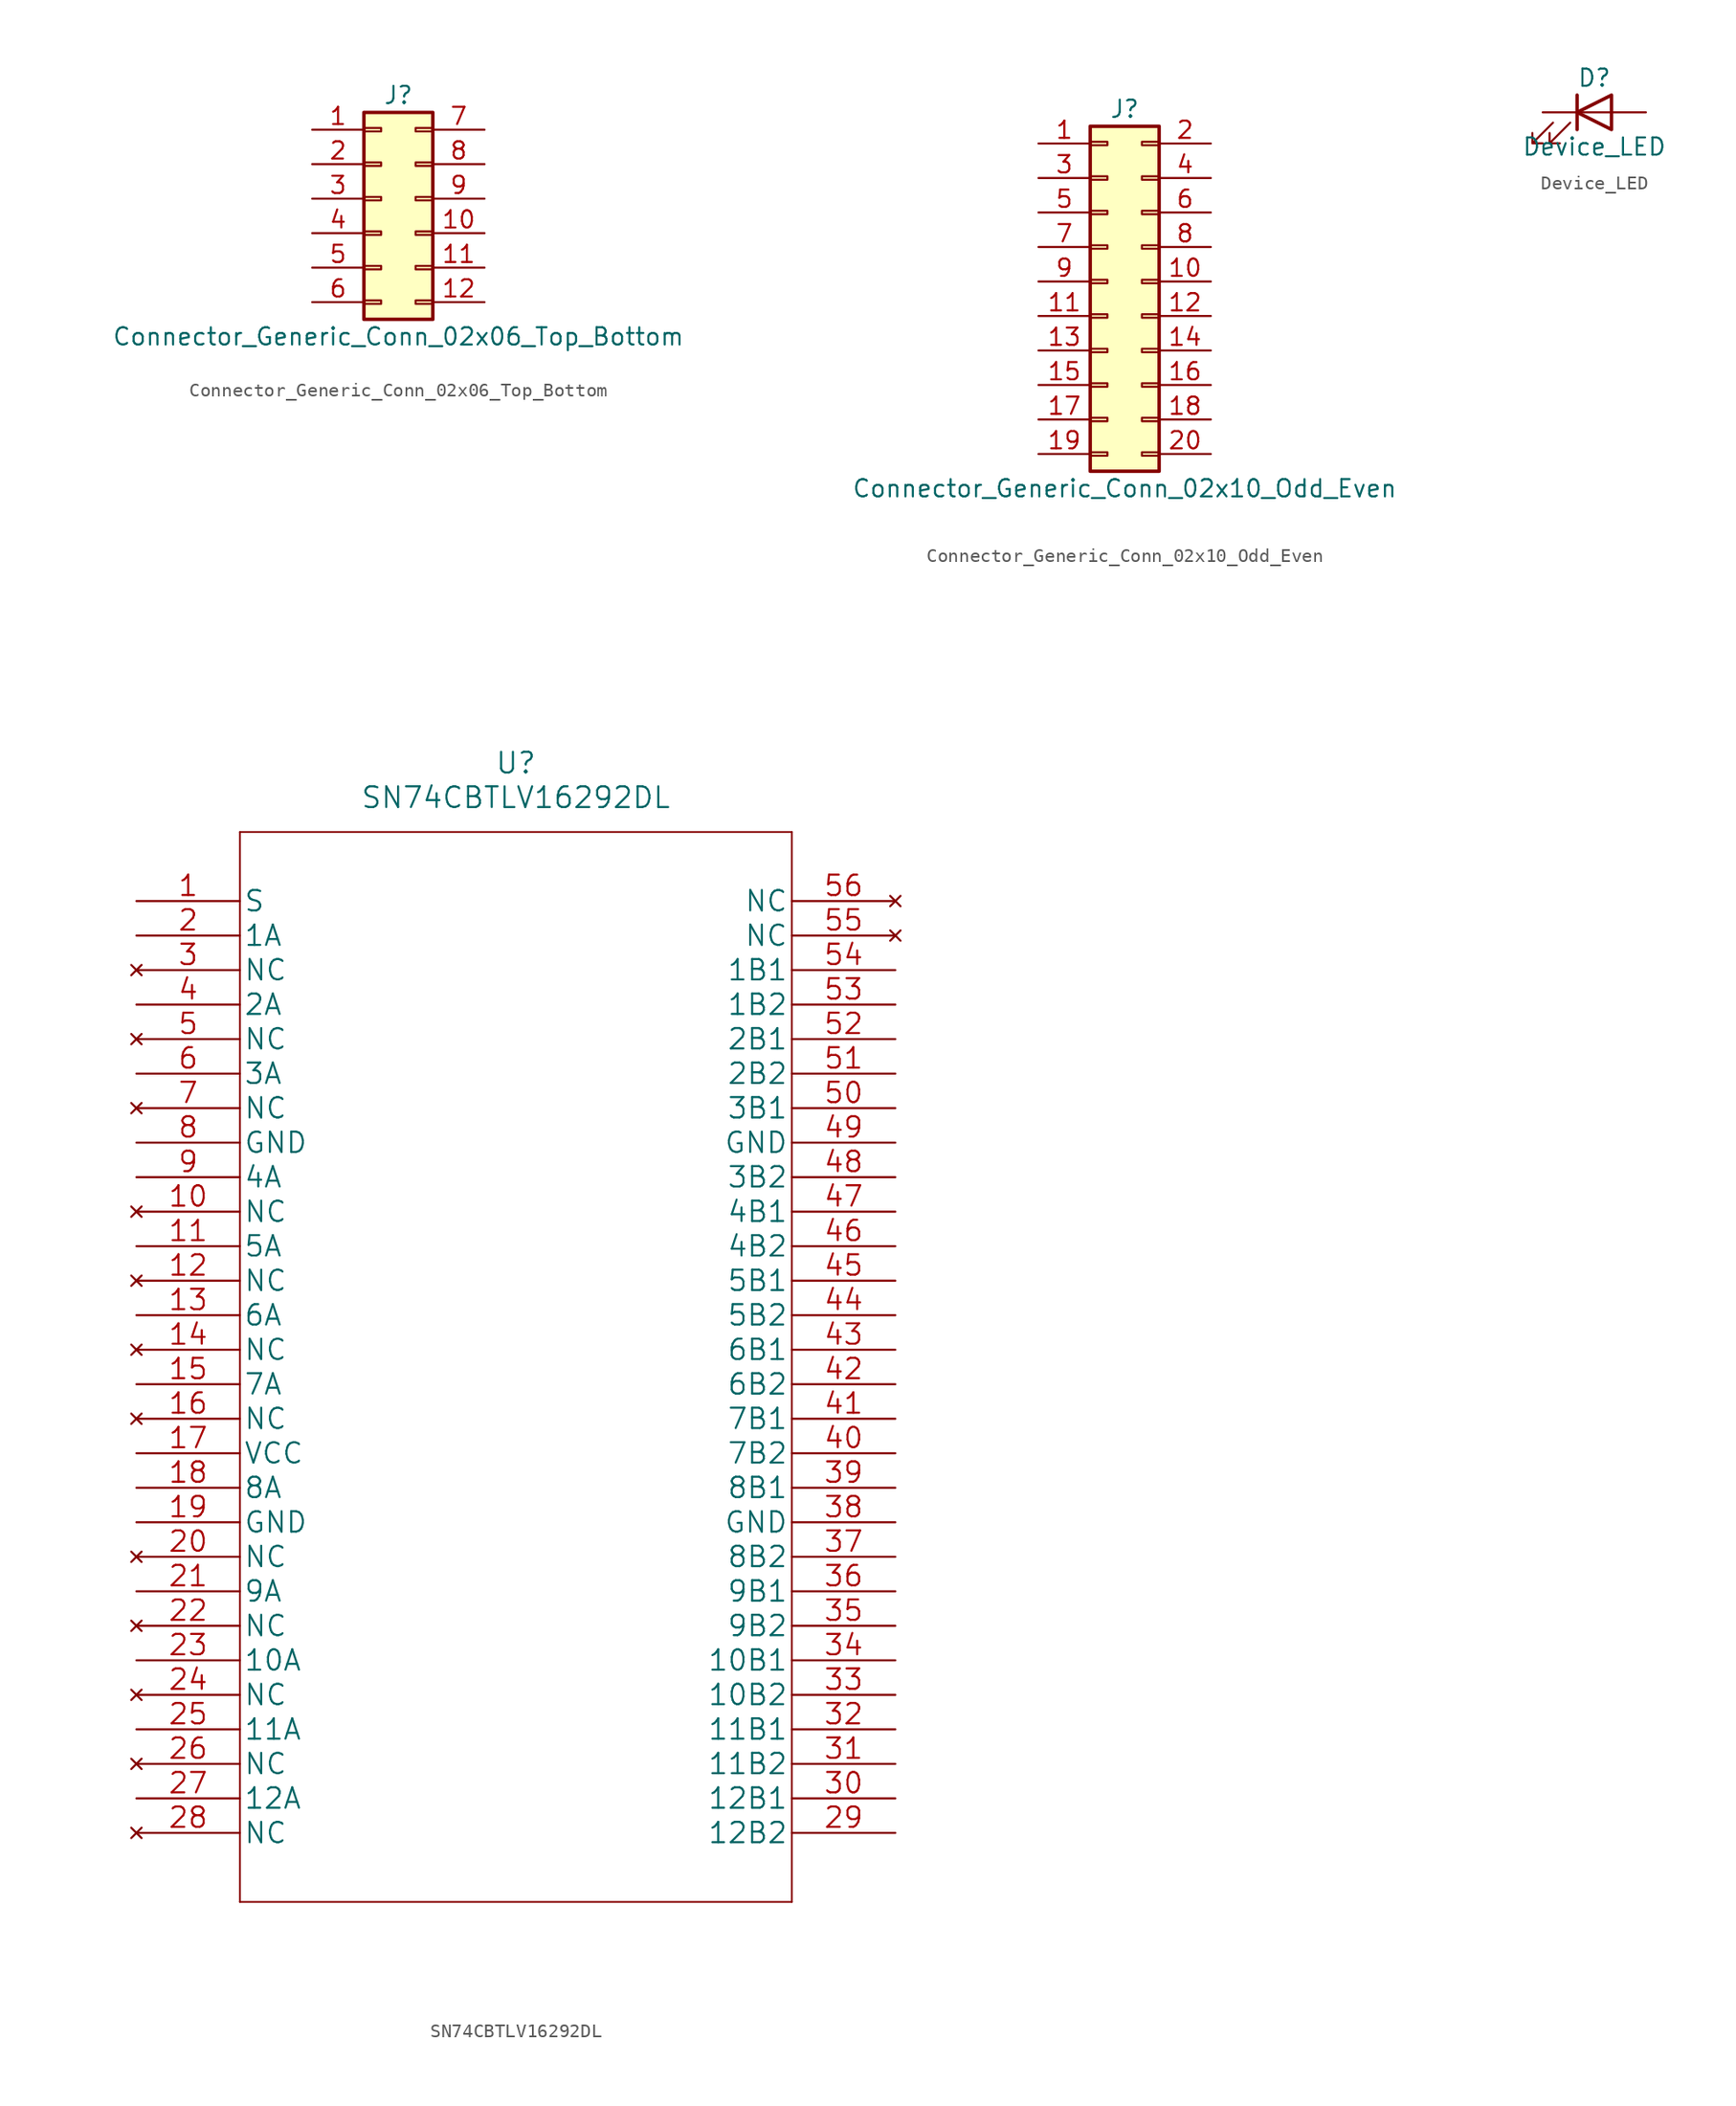
<source format=kicad_sym>
(kicad_symbol_lib
  (version 20231120)
  (generator "kicad_symbol_editor")
  (generator_version "8.0")
  (symbol "Connector_Generic_Conn_02x06_Top_Bottom"
    (pin_names
      (offset 1.016) hide)
    (property "Reference" "J"
      (at 1.27 7.62 0)
      (effects (font (size 1.27 1.27))))
    (property "Value" "Connector_Generic_Conn_02x06_Top_Bottom"
      (at 1.27 -10.16 0)
      (effects (font (size 1.27 1.27))))
    (symbol "Connector_Generic_Conn_02x06_Top_Bottom_1_1"
      (rectangle (start -1.27 -7.493) (end 0 -7.747) (stroke (width 0.152) (type solid)) (fill (type none)))
      (rectangle (start -1.27 -4.953) (end 0 -5.207) (stroke (width 0.152) (type solid)) (fill (type none)))
      (rectangle (start -1.27 -2.413) (end 0 -2.667) (stroke (width 0.152) (type solid)) (fill (type none)))
      (rectangle (start -1.27 0.127) (end 0 -0.127) (stroke (width 0.152) (type solid)) (fill (type none)))
      (rectangle (start -1.27 2.667) (end 0 2.413) (stroke (width 0.152) (type solid)) (fill (type none)))
      (rectangle (start -1.27 5.207) (end 0 4.953) (stroke (width 0.152) (type solid)) (fill (type none)))
      (rectangle (start -1.27 6.35) (end 3.81 -8.89) (stroke (width 0.254) (type solid)) (fill (type background)))
      (rectangle (start 3.81 -7.493) (end 2.54 -7.747) (stroke (width 0.152) (type solid)) (fill (type none)))
      (rectangle (start 3.81 -4.953) (end 2.54 -5.207) (stroke (width 0.152) (type solid)) (fill (type none)))
      (rectangle (start 3.81 -2.413) (end 2.54 -2.667) (stroke (width 0.152) (type solid)) (fill (type none)))
      (rectangle (start 3.81 0.127) (end 2.54 -0.127) (stroke (width 0.152) (type solid)) (fill (type none)))
      (rectangle (start 3.81 2.667) (end 2.54 2.413) (stroke (width 0.152) (type solid)) (fill (type none)))
      (rectangle (start 3.81 5.207) (end 2.54 4.953) (stroke (width 0.152) (type solid)) (fill (type none)))
      (pin passive line (at -5.08 5.08 0) (length 3.81) (name "Pin_1" (effects (font (size 1.27 1.27)))) (number "1" (effects (font (size 1.27 1.27)))))
      (pin passive line (at 7.62 -2.54 180) (length 3.81) (name "Pin_10" (effects (font (size 1.27 1.27)))) (number "10" (effects (font (size 1.27 1.27)))))
      (pin passive line (at 7.62 -5.08 180) (length 3.81) (name "Pin_11" (effects (font (size 1.27 1.27)))) (number "11" (effects (font (size 1.27 1.27)))))
      (pin passive line (at 7.62 -7.62 180) (length 3.81) (name "Pin_12" (effects (font (size 1.27 1.27)))) (number "12" (effects (font (size 1.27 1.27)))))
      (pin passive line (at -5.08 2.54 0) (length 3.81) (name "Pin_2" (effects (font (size 1.27 1.27)))) (number "2" (effects (font (size 1.27 1.27)))))
      (pin passive line (at -5.08 0 0) (length 3.81) (name "Pin_3" (effects (font (size 1.27 1.27)))) (number "3" (effects (font (size 1.27 1.27)))))
      (pin passive line (at -5.08 -2.54 0) (length 3.81) (name "Pin_4" (effects (font (size 1.27 1.27)))) (number "4" (effects (font (size 1.27 1.27)))))
      (pin passive line (at -5.08 -5.08 0) (length 3.81) (name "Pin_5" (effects (font (size 1.27 1.27)))) (number "5" (effects (font (size 1.27 1.27)))))
      (pin passive line (at -5.08 -7.62 0) (length 3.81) (name "Pin_6" (effects (font (size 1.27 1.27)))) (number "6" (effects (font (size 1.27 1.27)))))
      (pin passive line (at 7.62 5.08 180) (length 3.81) (name "Pin_7" (effects (font (size 1.27 1.27)))) (number "7" (effects (font (size 1.27 1.27)))))
      (pin passive line (at 7.62 2.54 180) (length 3.81) (name "Pin_8" (effects (font (size 1.27 1.27)))) (number "8" (effects (font (size 1.27 1.27)))))
      (pin passive line (at 7.62 0 180) (length 3.81) (name "Pin_9" (effects (font (size 1.27 1.27)))) (number "9" (effects (font (size 1.27 1.27)))))))
  (symbol "Connector_Generic_Conn_02x10_Odd_Even"
    (pin_names
      (offset 1.016) hide)
    (property "Reference" "J"
      (at 1.27 12.7 0)
      (effects (font (size 1.27 1.27))))
    (property "Value" "Connector_Generic_Conn_02x10_Odd_Even"
      (at 1.27 -15.24 0)
      (effects (font (size 1.27 1.27))))
    (symbol "Connector_Generic_Conn_02x10_Odd_Even_1_1"
      (rectangle (start -1.27 -12.573) (end 0 -12.827) (stroke (width 0.152) (type solid)) (fill (type none)))
      (rectangle (start -1.27 -10.033) (end 0 -10.287) (stroke (width 0.152) (type solid)) (fill (type none)))
      (rectangle (start -1.27 -7.493) (end 0 -7.747) (stroke (width 0.152) (type solid)) (fill (type none)))
      (rectangle (start -1.27 -4.953) (end 0 -5.207) (stroke (width 0.152) (type solid)) (fill (type none)))
      (rectangle (start -1.27 -2.413) (end 0 -2.667) (stroke (width 0.152) (type solid)) (fill (type none)))
      (rectangle (start -1.27 0.127) (end 0 -0.127) (stroke (width 0.152) (type solid)) (fill (type none)))
      (rectangle (start -1.27 2.667) (end 0 2.413) (stroke (width 0.152) (type solid)) (fill (type none)))
      (rectangle (start -1.27 5.207) (end 0 4.953) (stroke (width 0.152) (type solid)) (fill (type none)))
      (rectangle (start -1.27 7.747) (end 0 7.493) (stroke (width 0.152) (type solid)) (fill (type none)))
      (rectangle (start -1.27 10.287) (end 0 10.033) (stroke (width 0.152) (type solid)) (fill (type none)))
      (rectangle (start -1.27 11.43) (end 3.81 -13.97) (stroke (width 0.254) (type solid)) (fill (type background)))
      (rectangle (start 3.81 -12.573) (end 2.54 -12.827) (stroke (width 0.152) (type solid)) (fill (type none)))
      (rectangle (start 3.81 -10.033) (end 2.54 -10.287) (stroke (width 0.152) (type solid)) (fill (type none)))
      (rectangle (start 3.81 -7.493) (end 2.54 -7.747) (stroke (width 0.152) (type solid)) (fill (type none)))
      (rectangle (start 3.81 -4.953) (end 2.54 -5.207) (stroke (width 0.152) (type solid)) (fill (type none)))
      (rectangle (start 3.81 -2.413) (end 2.54 -2.667) (stroke (width 0.152) (type solid)) (fill (type none)))
      (rectangle (start 3.81 0.127) (end 2.54 -0.127) (stroke (width 0.152) (type solid)) (fill (type none)))
      (rectangle (start 3.81 2.667) (end 2.54 2.413) (stroke (width 0.152) (type solid)) (fill (type none)))
      (rectangle (start 3.81 5.207) (end 2.54 4.953) (stroke (width 0.152) (type solid)) (fill (type none)))
      (rectangle (start 3.81 7.747) (end 2.54 7.493) (stroke (width 0.152) (type solid)) (fill (type none)))
      (rectangle (start 3.81 10.287) (end 2.54 10.033) (stroke (width 0.152) (type solid)) (fill (type none)))
      (pin passive line (at -5.08 10.16 0) (length 3.81) (name "Pin_1" (effects (font (size 1.27 1.27)))) (number "1" (effects (font (size 1.27 1.27)))))
      (pin passive line (at 7.62 0 180) (length 3.81) (name "Pin_10" (effects (font (size 1.27 1.27)))) (number "10" (effects (font (size 1.27 1.27)))))
      (pin passive line (at -5.08 -2.54 0) (length 3.81) (name "Pin_11" (effects (font (size 1.27 1.27)))) (number "11" (effects (font (size 1.27 1.27)))))
      (pin passive line (at 7.62 -2.54 180) (length 3.81) (name "Pin_12" (effects (font (size 1.27 1.27)))) (number "12" (effects (font (size 1.27 1.27)))))
      (pin passive line (at -5.08 -5.08 0) (length 3.81) (name "Pin_13" (effects (font (size 1.27 1.27)))) (number "13" (effects (font (size 1.27 1.27)))))
      (pin passive line (at 7.62 -5.08 180) (length 3.81) (name "Pin_14" (effects (font (size 1.27 1.27)))) (number "14" (effects (font (size 1.27 1.27)))))
      (pin passive line (at -5.08 -7.62 0) (length 3.81) (name "Pin_15" (effects (font (size 1.27 1.27)))) (number "15" (effects (font (size 1.27 1.27)))))
      (pin passive line (at 7.62 -7.62 180) (length 3.81) (name "Pin_16" (effects (font (size 1.27 1.27)))) (number "16" (effects (font (size 1.27 1.27)))))
      (pin passive line (at -5.08 -10.16 0) (length 3.81) (name "Pin_17" (effects (font (size 1.27 1.27)))) (number "17" (effects (font (size 1.27 1.27)))))
      (pin passive line (at 7.62 -10.16 180) (length 3.81) (name "Pin_18" (effects (font (size 1.27 1.27)))) (number "18" (effects (font (size 1.27 1.27)))))
      (pin passive line (at -5.08 -12.7 0) (length 3.81) (name "Pin_19" (effects (font (size 1.27 1.27)))) (number "19" (effects (font (size 1.27 1.27)))))
      (pin passive line (at 7.62 10.16 180) (length 3.81) (name "Pin_2" (effects (font (size 1.27 1.27)))) (number "2" (effects (font (size 1.27 1.27)))))
      (pin passive line (at 7.62 -12.7 180) (length 3.81) (name "Pin_20" (effects (font (size 1.27 1.27)))) (number "20" (effects (font (size 1.27 1.27)))))
      (pin passive line (at -5.08 7.62 0) (length 3.81) (name "Pin_3" (effects (font (size 1.27 1.27)))) (number "3" (effects (font (size 1.27 1.27)))))
      (pin passive line (at 7.62 7.62 180) (length 3.81) (name "Pin_4" (effects (font (size 1.27 1.27)))) (number "4" (effects (font (size 1.27 1.27)))))
      (pin passive line (at -5.08 5.08 0) (length 3.81) (name "Pin_5" (effects (font (size 1.27 1.27)))) (number "5" (effects (font (size 1.27 1.27)))))
      (pin passive line (at 7.62 5.08 180) (length 3.81) (name "Pin_6" (effects (font (size 1.27 1.27)))) (number "6" (effects (font (size 1.27 1.27)))))
      (pin passive line (at -5.08 2.54 0) (length 3.81) (name "Pin_7" (effects (font (size 1.27 1.27)))) (number "7" (effects (font (size 1.27 1.27)))))
      (pin passive line (at 7.62 2.54 180) (length 3.81) (name "Pin_8" (effects (font (size 1.27 1.27)))) (number "8" (effects (font (size 1.27 1.27)))))
      (pin passive line (at -5.08 0 0) (length 3.81) (name "Pin_9" (effects (font (size 1.27 1.27)))) (number "9" (effects (font (size 1.27 1.27)))))))
  (symbol "Device_LED"
    (pin_numbers hide)
    (pin_names
      (offset 1.016) hide)
    (property "Reference" "D"
      (at 0 2.54 0)
      (effects (font (size 1.27 1.27))))
    (property "Value" "Device_LED"
      (at 0 -2.54 0)
      (effects (font (size 1.27 1.27))))
    (symbol "Device_LED_0_1"
      (polyline (pts (xy -1.27 -1.27) (xy -1.27 1.27)) (stroke (width 0.254) (type solid)) (fill (type none)))
      (polyline (pts (xy -1.27 0) (xy 1.27 0)) (stroke (width 0) (type solid)) (fill (type none)))
      (polyline (pts (xy 1.27 -1.27) (xy 1.27 1.27) (xy -1.27 0) (xy 1.27 -1.27)) (stroke (width 0.254) (type solid)) (fill (type none)))
      (polyline (pts (xy -3.048 -0.762) (xy -4.572 -2.286) (xy -3.81 -2.286) (xy -4.572 -2.286) (xy -4.572 -1.524)) (stroke (width 0) (type solid)) (fill (type none)))
      (polyline (pts (xy -1.778 -0.762) (xy -3.302 -2.286) (xy -2.54 -2.286) (xy -3.302 -2.286) (xy -3.302 -1.524)) (stroke (width 0) (type solid)) (fill (type none))))
    (symbol "Device_LED_1_1"
      (pin passive line (at -3.81 0 0) (length 2.54) (name "K" (effects (font (size 1.27 1.27)))) (number "1" (effects (font (size 1.27 1.27)))))
      (pin passive line (at 3.81 0 180) (length 2.54) (name "A" (effects (font (size 1.27 1.27)))) (number "2" (effects (font (size 1.27 1.27)))))))
  (symbol "SN74CBTLV16292DL"
    (pin_names
      (offset 0.254))
    (property "Reference" "U"
      (at 27.94 10.16 0)
      (effects (font (size 1.524 1.524))))
    (property "Value" "SN74CBTLV16292DL"
      (at 27.94 7.62 0)
      (effects (font (size 1.524 1.524))))
    (symbol "SN74CBTLV16292DL_1_0"
      (polyline (pts (xy 7.62 -73.66) (xy 48.26 -73.66)) (stroke (width 0.127) (type solid)) (fill (type none)))
      (polyline (pts (xy 7.62 5.08) (xy 7.62 -73.66)) (stroke (width 0.127) (type solid)) (fill (type none)))
      (polyline (pts (xy 48.26 -73.66) (xy 48.26 5.08)) (stroke (width 0.127) (type solid)) (fill (type none)))
      (polyline (pts (xy 48.26 5.08) (xy 7.62 5.08)) (stroke (width 0.127) (type solid)) (fill (type none)))
      (pin input line (at 0 0 0) (length 7.62) (name "S" (effects (font (size 1.499 1.499)))) (number "1" (effects (font (size 1.499 1.499)))))
      (pin no_connect line (at 0 -22.86 0) (length 7.62) (name "NC" (effects (font (size 1.499 1.499)))) (number "10" (effects (font (size 1.499 1.499)))))
      (pin bidirectional line (at 0 -25.4 0) (length 7.62) (name "5A" (effects (font (size 1.499 1.499)))) (number "11" (effects (font (size 1.499 1.499)))))
      (pin no_connect line (at 0 -27.94 0) (length 7.62) (name "NC" (effects (font (size 1.499 1.499)))) (number "12" (effects (font (size 1.499 1.499)))))
      (pin bidirectional line (at 0 -30.48 0) (length 7.62) (name "6A" (effects (font (size 1.499 1.499)))) (number "13" (effects (font (size 1.499 1.499)))))
      (pin no_connect line (at 0 -33.02 0) (length 7.62) (name "NC" (effects (font (size 1.499 1.499)))) (number "14" (effects (font (size 1.499 1.499)))))
      (pin bidirectional line (at 0 -35.56 0) (length 7.62) (name "7A" (effects (font (size 1.499 1.499)))) (number "15" (effects (font (size 1.499 1.499)))))
      (pin no_connect line (at 0 -38.1 0) (length 7.62) (name "NC" (effects (font (size 1.499 1.499)))) (number "16" (effects (font (size 1.499 1.499)))))
      (pin power_in line (at 0 -40.64 0) (length 7.62) (name "VCC" (effects (font (size 1.499 1.499)))) (number "17" (effects (font (size 1.499 1.499)))))
      (pin bidirectional line (at 0 -43.18 0) (length 7.62) (name "8A" (effects (font (size 1.499 1.499)))) (number "18" (effects (font (size 1.499 1.499)))))
      (pin power_in line (at 0 -45.72 0) (length 7.62) (name "GND" (effects (font (size 1.499 1.499)))) (number "19" (effects (font (size 1.499 1.499)))))
      (pin bidirectional line (at 0 -2.54 0) (length 7.62) (name "1A" (effects (font (size 1.499 1.499)))) (number "2" (effects (font (size 1.499 1.499)))))
      (pin no_connect line (at 0 -48.26 0) (length 7.62) (name "NC" (effects (font (size 1.499 1.499)))) (number "20" (effects (font (size 1.499 1.499)))))
      (pin bidirectional line (at 0 -50.8 0) (length 7.62) (name "9A" (effects (font (size 1.499 1.499)))) (number "21" (effects (font (size 1.499 1.499)))))
      (pin no_connect line (at 0 -53.34 0) (length 7.62) (name "NC" (effects (font (size 1.499 1.499)))) (number "22" (effects (font (size 1.499 1.499)))))
      (pin bidirectional line (at 0 -55.88 0) (length 7.62) (name "10A" (effects (font (size 1.499 1.499)))) (number "23" (effects (font (size 1.499 1.499)))))
      (pin no_connect line (at 0 -58.42 0) (length 7.62) (name "NC" (effects (font (size 1.499 1.499)))) (number "24" (effects (font (size 1.499 1.499)))))
      (pin bidirectional line (at 0 -60.96 0) (length 7.62) (name "11A" (effects (font (size 1.499 1.499)))) (number "25" (effects (font (size 1.499 1.499)))))
      (pin no_connect line (at 0 -63.5 0) (length 7.62) (name "NC" (effects (font (size 1.499 1.499)))) (number "26" (effects (font (size 1.499 1.499)))))
      (pin bidirectional line (at 0 -66.04 0) (length 7.62) (name "12A" (effects (font (size 1.499 1.499)))) (number "27" (effects (font (size 1.499 1.499)))))
      (pin no_connect line (at 0 -68.58 0) (length 7.62) (name "NC" (effects (font (size 1.499 1.499)))) (number "28" (effects (font (size 1.499 1.499)))))
      (pin bidirectional line (at 55.88 -68.58 180) (length 7.62) (name "12B2" (effects (font (size 1.499 1.499)))) (number "29" (effects (font (size 1.499 1.499)))))
      (pin no_connect line (at 0 -5.08 0) (length 7.62) (name "NC" (effects (font (size 1.499 1.499)))) (number "3" (effects (font (size 1.499 1.499)))))
      (pin bidirectional line (at 55.88 -66.04 180) (length 7.62) (name "12B1" (effects (font (size 1.499 1.499)))) (number "30" (effects (font (size 1.499 1.499)))))
      (pin bidirectional line (at 55.88 -63.5 180) (length 7.62) (name "11B2" (effects (font (size 1.499 1.499)))) (number "31" (effects (font (size 1.499 1.499)))))
      (pin bidirectional line (at 55.88 -60.96 180) (length 7.62) (name "11B1" (effects (font (size 1.499 1.499)))) (number "32" (effects (font (size 1.499 1.499)))))
      (pin bidirectional line (at 55.88 -58.42 180) (length 7.62) (name "10B2" (effects (font (size 1.499 1.499)))) (number "33" (effects (font (size 1.499 1.499)))))
      (pin bidirectional line (at 55.88 -55.88 180) (length 7.62) (name "10B1" (effects (font (size 1.499 1.499)))) (number "34" (effects (font (size 1.499 1.499)))))
      (pin bidirectional line (at 55.88 -53.34 180) (length 7.62) (name "9B2" (effects (font (size 1.499 1.499)))) (number "35" (effects (font (size 1.499 1.499)))))
      (pin bidirectional line (at 55.88 -50.8 180) (length 7.62) (name "9B1" (effects (font (size 1.499 1.499)))) (number "36" (effects (font (size 1.499 1.499)))))
      (pin bidirectional line (at 55.88 -48.26 180) (length 7.62) (name "8B2" (effects (font (size 1.499 1.499)))) (number "37" (effects (font (size 1.499 1.499)))))
      (pin power_in line (at 55.88 -45.72 180) (length 7.62) (name "GND" (effects (font (size 1.499 1.499)))) (number "38" (effects (font (size 1.499 1.499)))))
      (pin bidirectional line (at 55.88 -43.18 180) (length 7.62) (name "8B1" (effects (font (size 1.499 1.499)))) (number "39" (effects (font (size 1.499 1.499)))))
      (pin bidirectional line (at 0 -7.62 0) (length 7.62) (name "2A" (effects (font (size 1.499 1.499)))) (number "4" (effects (font (size 1.499 1.499)))))
      (pin bidirectional line (at 55.88 -40.64 180) (length 7.62) (name "7B2" (effects (font (size 1.499 1.499)))) (number "40" (effects (font (size 1.499 1.499)))))
      (pin bidirectional line (at 55.88 -38.1 180) (length 7.62) (name "7B1" (effects (font (size 1.499 1.499)))) (number "41" (effects (font (size 1.499 1.499)))))
      (pin bidirectional line (at 55.88 -35.56 180) (length 7.62) (name "6B2" (effects (font (size 1.499 1.499)))) (number "42" (effects (font (size 1.499 1.499)))))
      (pin bidirectional line (at 55.88 -33.02 180) (length 7.62) (name "6B1" (effects (font (size 1.499 1.499)))) (number "43" (effects (font (size 1.499 1.499)))))
      (pin bidirectional line (at 55.88 -30.48 180) (length 7.62) (name "5B2" (effects (font (size 1.499 1.499)))) (number "44" (effects (font (size 1.499 1.499)))))
      (pin bidirectional line (at 55.88 -27.94 180) (length 7.62) (name "5B1" (effects (font (size 1.499 1.499)))) (number "45" (effects (font (size 1.499 1.499)))))
      (pin bidirectional line (at 55.88 -25.4 180) (length 7.62) (name "4B2" (effects (font (size 1.499 1.499)))) (number "46" (effects (font (size 1.499 1.499)))))
      (pin bidirectional line (at 55.88 -22.86 180) (length 7.62) (name "4B1" (effects (font (size 1.499 1.499)))) (number "47" (effects (font (size 1.499 1.499)))))
      (pin bidirectional line (at 55.88 -20.32 180) (length 7.62) (name "3B2" (effects (font (size 1.499 1.499)))) (number "48" (effects (font (size 1.499 1.499)))))
      (pin power_in line (at 55.88 -17.78 180) (length 7.62) (name "GND" (effects (font (size 1.499 1.499)))) (number "49" (effects (font (size 1.499 1.499)))))
      (pin no_connect line (at 0 -10.16 0) (length 7.62) (name "NC" (effects (font (size 1.499 1.499)))) (number "5" (effects (font (size 1.499 1.499)))))
      (pin bidirectional line (at 55.88 -15.24 180) (length 7.62) (name "3B1" (effects (font (size 1.499 1.499)))) (number "50" (effects (font (size 1.499 1.499)))))
      (pin bidirectional line (at 55.88 -12.7 180) (length 7.62) (name "2B2" (effects (font (size 1.499 1.499)))) (number "51" (effects (font (size 1.499 1.499)))))
      (pin bidirectional line (at 55.88 -10.16 180) (length 7.62) (name "2B1" (effects (font (size 1.499 1.499)))) (number "52" (effects (font (size 1.499 1.499)))))
      (pin bidirectional line (at 55.88 -7.62 180) (length 7.62) (name "1B2" (effects (font (size 1.499 1.499)))) (number "53" (effects (font (size 1.499 1.499)))))
      (pin bidirectional line (at 55.88 -5.08 180) (length 7.62) (name "1B1" (effects (font (size 1.499 1.499)))) (number "54" (effects (font (size 1.499 1.499)))))
      (pin no_connect line (at 55.88 -2.54 180) (length 7.62) (name "NC" (effects (font (size 1.499 1.499)))) (number "55" (effects (font (size 1.499 1.499)))))
      (pin no_connect line (at 55.88 0 180) (length 7.62) (name "NC" (effects (font (size 1.499 1.499)))) (number "56" (effects (font (size 1.499 1.499)))))
      (pin bidirectional line (at 0 -12.7 0) (length 7.62) (name "3A" (effects (font (size 1.499 1.499)))) (number "6" (effects (font (size 1.499 1.499)))))
      (pin no_connect line (at 0 -15.24 0) (length 7.62) (name "NC" (effects (font (size 1.499 1.499)))) (number "7" (effects (font (size 1.499 1.499)))))
      (pin power_in line (at 0 -17.78 0) (length 7.62) (name "GND" (effects (font (size 1.499 1.499)))) (number "8" (effects (font (size 1.499 1.499)))))
      (pin bidirectional line (at 0 -20.32 0) (length 7.62) (name "4A" (effects (font (size 1.499 1.499)))) (number "9" (effects (font (size 1.499 1.499))))))))
</source>
